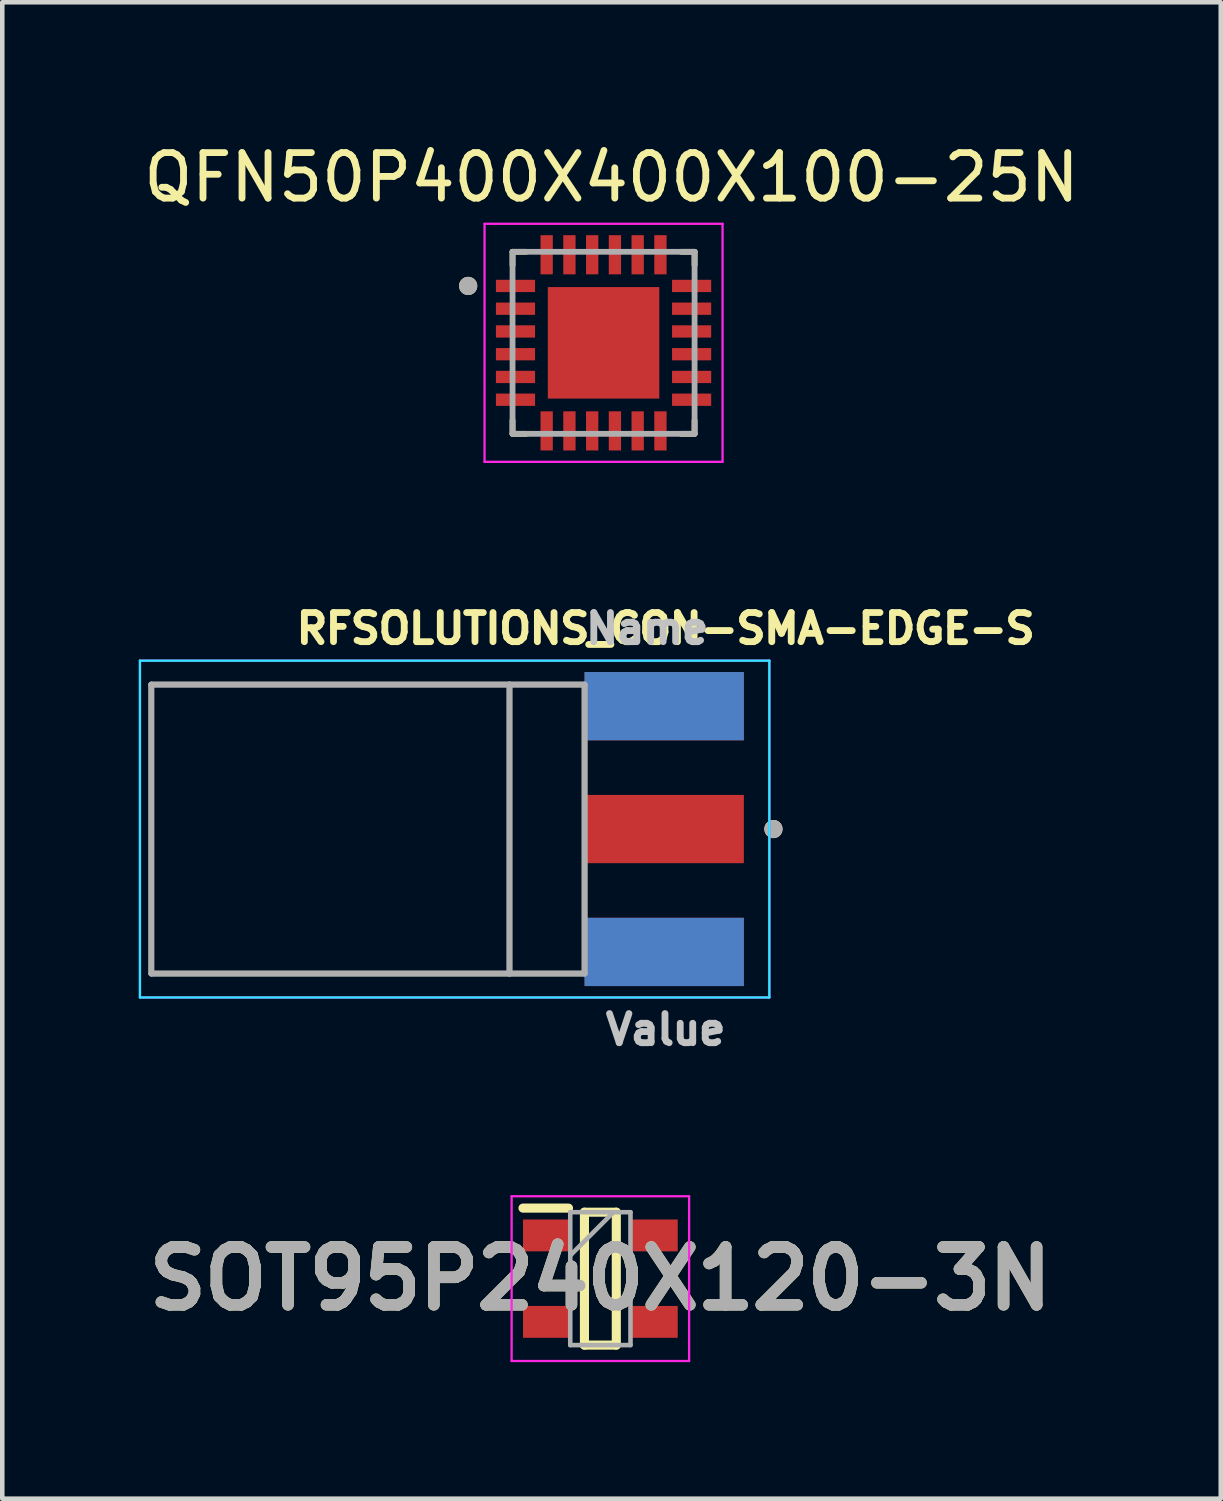
<source format=kicad_pcb>
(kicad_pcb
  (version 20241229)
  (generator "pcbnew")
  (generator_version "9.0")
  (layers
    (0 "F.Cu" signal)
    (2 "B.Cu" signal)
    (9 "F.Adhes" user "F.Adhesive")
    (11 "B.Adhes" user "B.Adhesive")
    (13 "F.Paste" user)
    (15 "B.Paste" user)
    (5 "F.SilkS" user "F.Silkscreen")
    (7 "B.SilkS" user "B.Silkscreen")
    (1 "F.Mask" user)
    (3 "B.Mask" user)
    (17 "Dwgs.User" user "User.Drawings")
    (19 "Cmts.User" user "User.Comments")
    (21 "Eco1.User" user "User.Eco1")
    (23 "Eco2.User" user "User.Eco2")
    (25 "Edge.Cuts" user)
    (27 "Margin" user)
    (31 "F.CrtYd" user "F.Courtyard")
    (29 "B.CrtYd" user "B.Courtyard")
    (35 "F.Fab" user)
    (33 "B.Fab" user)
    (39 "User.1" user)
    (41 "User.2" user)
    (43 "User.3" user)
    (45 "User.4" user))
  (footprint "SOT95P240X120-3N"
    (layer "F.Cu")
    (at 10.142 25.046)
    (property "Reference" "SOT95P240X120-3N" (at 0 0 0) (layer "F.SilkS") (effects (font (size 1.27 1.27) (thickness 0.254))))
    (attr smd)
    (fp_line (start -1.7 -1.55) (end -0.7 -1.55) (stroke (width 0.2) (type solid)) (layer "F.SilkS"))
    (fp_line (start -0.35 -1.46) (end 0.35 -1.46) (stroke (width 0.2) (type solid)) (layer "F.SilkS"))
    (fp_line (start -0.35 1.46) (end -0.35 -1.46) (stroke (width 0.2) (type solid)) (layer "F.SilkS"))
    (fp_line (start 0.35 -1.46) (end 0.35 1.46) (stroke (width 0.2) (type solid)) (layer "F.SilkS"))
    (fp_line (start 0.35 1.46) (end -0.35 1.46) (stroke (width 0.2) (type solid)) (layer "F.SilkS"))
    (fp_line (start -1.95 -1.81) (end 1.95 -1.81) (stroke (width 0.05) (type solid)) (layer "F.CrtYd"))
    (fp_line (start -1.95 1.81) (end -1.95 -1.81) (stroke (width 0.05) (type solid)) (layer "F.CrtYd"))
    (fp_line (start 1.95 -1.81) (end 1.95 1.81) (stroke (width 0.05) (type solid)) (layer "F.CrtYd"))
    (fp_line (start 1.95 1.81) (end -1.95 1.81) (stroke (width 0.05) (type solid)) (layer "F.CrtYd"))
    (fp_line (start -0.662 -1.46) (end 0.662 -1.46) (stroke (width 0.1) (type solid)) (layer "F.Fab"))
    (fp_line (start -0.662 -0.51) (end 0.288 -1.46) (stroke (width 0.1) (type solid)) (layer "F.Fab"))
    (fp_line (start -0.662 1.46) (end -0.662 -1.46) (stroke (width 0.1) (type solid)) (layer "F.Fab"))
    (fp_line (start 0.662 -1.46) (end 0.662 1.46) (stroke (width 0.1) (type solid)) (layer "F.Fab"))
    (fp_line (start 0.662 1.46) (end -0.662 1.46) (stroke (width 0.1) (type solid)) (layer "F.Fab"))
    (fp_text user "${REFERENCE}" (at 0 0 0) (layer "F.Fab") (effects (font (size 1.27 1.27) (thickness 0.254))))
    (pad "1" smd rect (at -1.2 -0.95 90) (size 0.7 1) (layers "F.Cu" "F.Mask" "F.Paste"))
    (pad "2" smd rect (at -1.2 0.95 90) (size 0.7 1) (layers "F.Cu" "F.Mask" "F.Paste"))
    (pad "3" smd rect (at 1.2 0.95 90) (size 0.7 1) (layers "F.Cu" "F.Mask" "F.Paste"))
    (pad "4" smd rect (at 1.2 -0.95 90) (size 0.7 1) (layers "F.Cu" "F.Mask" "F.Paste")))
  (footprint "QFN50P400X400X100-25N"
    (layer "F.Cu")
    (at 10.212 4.483)
    (property "Reference" "QFN50P400X400X100-25N" (at 0.175 -3.635 0) (layer "F.SilkS") (effects (font (size 1 1) (thickness 0.15))))
    (attr through_hole)
    (fp_line (start -2 -2) (end -2 -1.705) (stroke (width 0.127) (type solid)) (layer "F.SilkS"))
    (fp_line (start -2 -2) (end -1.705 -2) (stroke (width 0.127) (type solid)) (layer "F.SilkS"))
    (fp_line (start -2 2) (end -2 1.705) (stroke (width 0.127) (type solid)) (layer "F.SilkS"))
    (fp_line (start -2 2) (end -1.705 2) (stroke (width 0.127) (type solid)) (layer "F.SilkS"))
    (fp_line (start 2 -2) (end 1.705 -2) (stroke (width 0.127) (type solid)) (layer "F.SilkS"))
    (fp_line (start 2 -2) (end 2 -1.705) (stroke (width 0.127) (type solid)) (layer "F.SilkS"))
    (fp_line (start 2 2) (end 1.705 2) (stroke (width 0.127) (type solid)) (layer "F.SilkS"))
    (fp_line (start 2 2) (end 2 1.705) (stroke (width 0.127) (type solid)) (layer "F.SilkS"))
    (fp_circle (center -2.975 -1.25) (end -2.875 -1.25) (stroke (width 0.2) (type solid)) (fill no) (layer "F.SilkS"))
    (fp_poly (pts (xy -0.775 -0.775) (xy 0.775 -0.775) (xy 0.775 0.775) (xy -0.775 0.775)) (stroke (width 0.01) (type solid)) (fill yes) (layer "F.Paste"))
    (fp_line (start -2.615 -2.615) (end 2.615 -2.615) (stroke (width 0.05) (type solid)) (layer "F.CrtYd"))
    (fp_line (start -2.615 2.615) (end -2.615 -2.615) (stroke (width 0.05) (type solid)) (layer "F.CrtYd"))
    (fp_line (start -2.615 2.615) (end 2.615 2.615) (stroke (width 0.05) (type solid)) (layer "F.CrtYd"))
    (fp_line (start 2.615 2.615) (end 2.615 -2.615) (stroke (width 0.05) (type solid)) (layer "F.CrtYd"))
    (fp_line (start -2 2) (end -2 -2) (stroke (width 0.127) (type solid)) (layer "F.Fab"))
    (fp_line (start 2 -2) (end -2 -2) (stroke (width 0.127) (type solid)) (layer "F.Fab"))
    (fp_line (start 2 2) (end -2 2) (stroke (width 0.127) (type solid)) (layer "F.Fab"))
    (fp_line (start 2 2) (end 2 -2) (stroke (width 0.127) (type solid)) (layer "F.Fab"))
    (fp_circle (center -2.975 -1.25) (end -2.875 -1.25) (stroke (width 0.2) (type solid)) (fill no) (layer "F.Fab"))
    (pad "1" smd rect (at -1.935 -1.25) (size 0.86 0.27) (layers "F.Cu" "F.Mask" "F.Paste"))
    (pad "2" smd rect (at -1.935 -0.75) (size 0.86 0.27) (layers "F.Cu" "F.Mask" "F.Paste"))
    (pad "3" smd rect (at -1.935 -0.25) (size 0.86 0.27) (layers "F.Cu" "F.Mask" "F.Paste"))
    (pad "4" smd rect (at -1.935 0.25) (size 0.86 0.27) (layers "F.Cu" "F.Mask" "F.Paste"))
    (pad "5" smd rect (at -1.935 0.75) (size 0.86 0.27) (layers "F.Cu" "F.Mask" "F.Paste"))
    (pad "6" smd rect (at -1.935 1.25) (size 0.86 0.27) (layers "F.Cu" "F.Mask" "F.Paste"))
    (pad "7" smd rect (at -1.25 1.935) (size 0.27 0.86) (layers "F.Cu" "F.Mask" "F.Paste"))
    (pad "8" smd rect (at -0.75 1.935) (size 0.27 0.86) (layers "F.Cu" "F.Mask" "F.Paste"))
    (pad "9" smd rect (at -0.25 1.935) (size 0.27 0.86) (layers "F.Cu" "F.Mask" "F.Paste"))
    (pad "10" smd rect (at 0.25 1.935) (size 0.27 0.86) (layers "F.Cu" "F.Mask" "F.Paste"))
    (pad "11" smd rect (at 0.75 1.935) (size 0.27 0.86) (layers "F.Cu" "F.Mask" "F.Paste"))
    (pad "12" smd rect (at 1.25 1.935) (size 0.27 0.86) (layers "F.Cu" "F.Mask" "F.Paste"))
    (pad "13" smd rect (at 1.935 1.25) (size 0.86 0.27) (layers "F.Cu" "F.Mask" "F.Paste"))
    (pad "14" smd rect (at 1.935 0.75) (size 0.86 0.27) (layers "F.Cu" "F.Mask" "F.Paste"))
    (pad "15" smd rect (at 1.935 0.25) (size 0.86 0.27) (layers "F.Cu" "F.Mask" "F.Paste"))
    (pad "16" smd rect (at 1.935 -0.25) (size 0.86 0.27) (layers "F.Cu" "F.Mask" "F.Paste"))
    (pad "17" smd rect (at 1.935 -0.75) (size 0.86 0.27) (layers "F.Cu" "F.Mask" "F.Paste"))
    (pad "18" smd rect (at 1.935 -1.25) (size 0.86 0.27) (layers "F.Cu" "F.Mask" "F.Paste"))
    (pad "19" smd rect (at 1.25 -1.935) (size 0.27 0.86) (layers "F.Cu" "F.Mask" "F.Paste"))
    (pad "20" smd rect (at 0.75 -1.935) (size 0.27 0.86) (layers "F.Cu" "F.Mask" "F.Paste"))
    (pad "21" smd rect (at 0.25 -1.935) (size 0.27 0.86) (layers "F.Cu" "F.Mask" "F.Paste"))
    (pad "22" smd rect (at -0.25 -1.935) (size 0.27 0.86) (layers "F.Cu" "F.Mask" "F.Paste"))
    (pad "23" smd rect (at -0.75 -1.935) (size 0.27 0.86) (layers "F.Cu" "F.Mask" "F.Paste"))
    (pad "24" smd rect (at -1.25 -1.935) (size 0.27 0.86) (layers "F.Cu" "F.Mask" "F.Paste"))
    (pad "25" smd rect (at 0 0) (size 2.45 2.45) (layers "F.Cu" "F.Mask")))
  (footprint "RFSOLUTIONS_CON-SMA-EDGE-S"
    (layer "F.Cu")
    (at 11.545 15.167)
    (property "Reference" "RFSOLUTIONS_CON-SMA-EDGE-S" (at 0.032 -4.406 0) (layer "F.SilkS") (effects (font (size 0.64 0.64) (thickness 0.15))))
    (attr through_hole)
    (fp_circle (center 2.4 0) (end 2.5 0) (stroke (width 0.2) (type solid)) (fill no) (layer "F.SilkS"))
    (fp_line (start -11.52 -3.7) (end -11.52 3.7) (stroke (width 0.05) (type solid)) (layer "B.CrtYd"))
    (fp_line (start -11.52 3.7) (end 2.31 3.7) (stroke (width 0.05) (type solid)) (layer "B.CrtYd"))
    (fp_line (start 2.31 -3.7) (end -11.52 -3.7) (stroke (width 0.05) (type solid)) (layer "B.CrtYd"))
    (fp_line (start 2.31 3.7) (end 2.31 -3.7) (stroke (width 0.05) (type solid)) (layer "B.CrtYd"))
    (fp_line (start -11.52 -3.7) (end 2.31 -3.7) (stroke (width 0.05) (type solid)) (layer "F.CrtYd"))
    (fp_line (start -11.52 3.7) (end -11.52 -3.7) (stroke (width 0.05) (type solid)) (layer "F.CrtYd"))
    (fp_line (start 2.31 -3.7) (end 2.31 3.7) (stroke (width 0.05) (type solid)) (layer "F.CrtYd"))
    (fp_line (start 2.31 3.7) (end -11.52 3.7) (stroke (width 0.05) (type solid)) (layer "F.CrtYd"))
    (fp_line (start -11.27 -3.175) (end -11.27 3.175) (stroke (width 0.127) (type solid)) (layer "F.Fab"))
    (fp_line (start -11.27 -3.175) (end -3.4 -3.175) (stroke (width 0.127) (type solid)) (layer "F.Fab"))
    (fp_line (start -11.27 3.175) (end -11.27 -3.175) (stroke (width 0.127) (type solid)) (layer "F.Fab"))
    (fp_line (start -11.27 3.175) (end -3.4 3.175) (stroke (width 0.127) (type solid)) (layer "F.Fab"))
    (fp_line (start -3.4 -3.175) (end -11.27 -3.175) (stroke (width 0.127) (type solid)) (layer "F.Fab"))
    (fp_line (start -3.4 -3.175) (end -3.4 3.175) (stroke (width 0.127) (type solid)) (layer "F.Fab"))
    (fp_line (start -3.4 -3.175) (end -1.75 -3.175) (stroke (width 0.127) (type solid)) (layer "F.Fab"))
    (fp_line (start -3.4 3.175) (end -11.27 3.175) (stroke (width 0.127) (type solid)) (layer "F.Fab"))
    (fp_line (start -3.4 3.175) (end -3.4 -3.175) (stroke (width 0.127) (type solid)) (layer "F.Fab"))
    (fp_line (start -3.4 3.175) (end -1.75 3.175) (stroke (width 0.127) (type solid)) (layer "F.Fab"))
    (fp_line (start -1.75 -3.175) (end -3.4 -3.175) (stroke (width 0.127) (type solid)) (layer "F.Fab"))
    (fp_line (start -1.75 -3.175) (end -1.75 3.175) (stroke (width 0.127) (type solid)) (layer "F.Fab"))
    (fp_line (start -1.75 3.175) (end -3.4 3.175) (stroke (width 0.127) (type solid)) (layer "F.Fab"))
    (fp_line (start -1.75 3.175) (end -1.75 -3.175) (stroke (width 0.127) (type solid)) (layer "F.Fab"))
    (fp_circle (center 2.4 0) (end 2.5 0) (stroke (width 0.2) (type solid)) (fill no) (layer "F.Fab"))
    (fp_text user "Value" (at 0.032 4.406 0) (layer "Dwgs.User") (effects (font (size 0.64 0.64) (thickness 0.15))))
    (fp_text user "Name" (at -0.374 -4.406 0) (layer "Dwgs.User") (effects (font (size 0.64 0.64) (thickness 0.15))))
    (pad "1" smd rect (at 0 0) (size 3.5 1.5) (layers "F.Cu" "F.Mask" "F.Paste"))
    (pad "G1" smd rect (at 0 -2.7) (size 3.5 1.5) (layers "F.Cu" "F.Mask" "F.Paste"))
    (pad "G2" smd rect (at 0 2.7) (size 3.5 1.5) (layers "F.Cu" "F.Mask" "F.Paste"))
    (pad "G3" smd rect (at 0 -2.7) (size 3.5 1.5) (layers "B.Cu" "B.Mask" "B.Paste"))
    (pad "G4" smd rect (at 0 2.7) (size 3.5 1.5) (layers "B.Cu" "B.Mask" "B.Paste")))
  (gr_rect
    (start -3 -3)
    (end 23.774 29.881)
    (stroke (width 0.1) (type default))
    (fill no)
    (layer "Edge.Cuts")))
</source>
